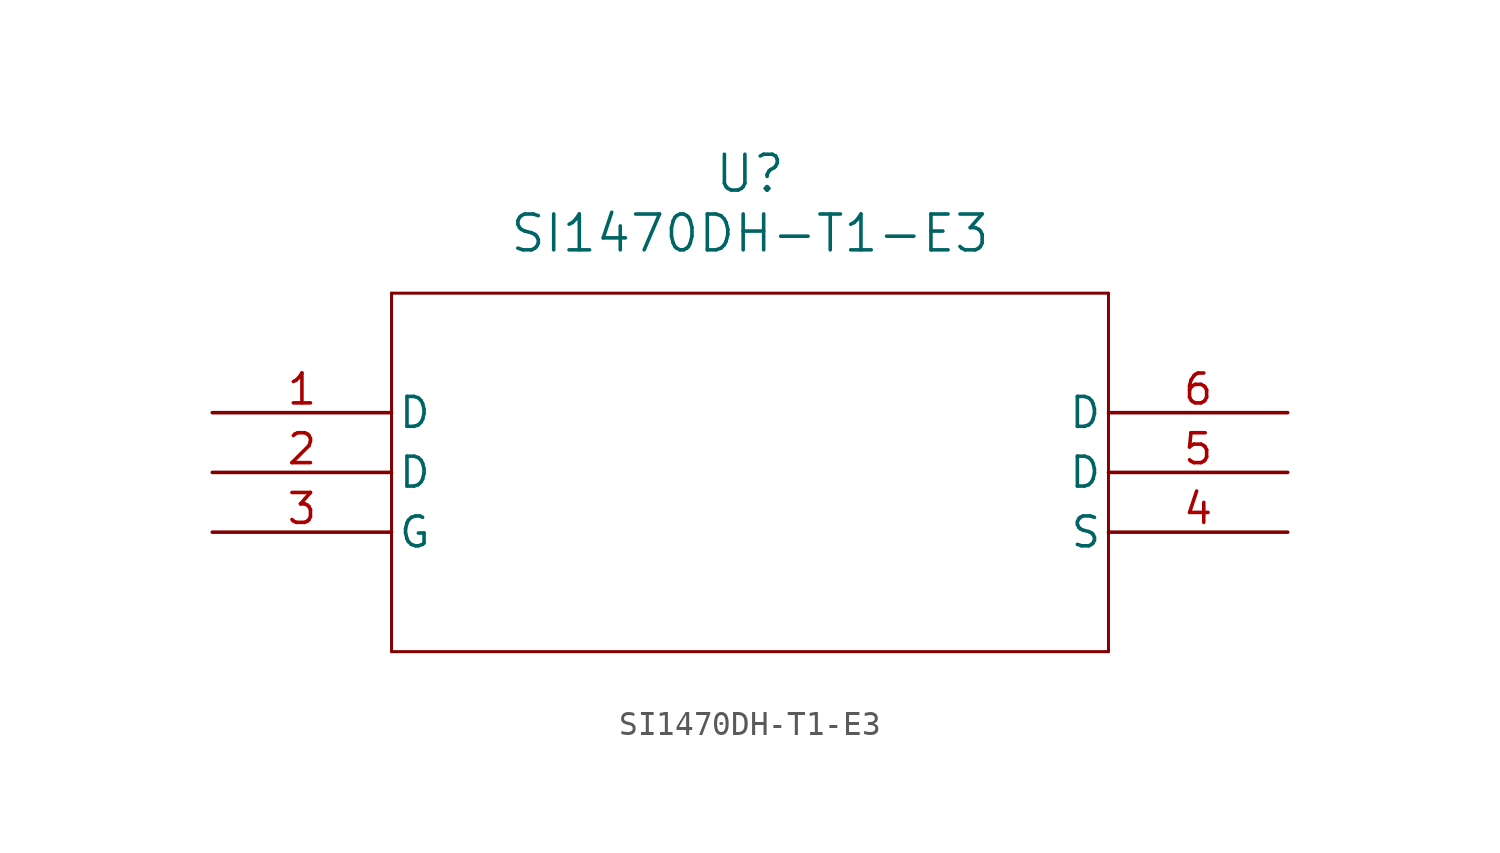
<source format=kicad_sym>
(kicad_symbol_lib
  (version 20211014)
  (generator kicad_symbol_editor)
  (symbol "SI1470DH-T1-E3"
    (pin_names
      (offset 0.254))
    (property "Reference" "U"
      (at 22.86 10.16 0)
      (effects (font (size 1.524 1.524))))
    (property "Value" "SI1470DH-T1-E3"
      (at 22.86 7.62 0)
      (effects (font (size 1.524 1.524))))
    (symbol "SI1470DH-T1-E3_0_1"
      (polyline (pts (xy 7.62 5.08) (xy 7.62 -10.16)) (stroke (width 0.127) (type default) (color 0 0 0 0)) (fill (type none)))
      (polyline (pts (xy 7.62 -10.16) (xy 38.1 -10.16)) (stroke (width 0.127) (type default) (color 0 0 0 0)) (fill (type none)))
      (polyline (pts (xy 38.1 -10.16) (xy 38.1 5.08)) (stroke (width 0.127) (type default) (color 0 0 0 0)) (fill (type none)))
      (polyline (pts (xy 38.1 5.08) (xy 7.62 5.08)) (stroke (width 0.127) (type default) (color 0 0 0 0)) (fill (type none)))
      (pin unspecified line (at 0 0 0) (length 7.62) (name "D" (effects (font (size 1.27 1.27)))) (number "1" (effects (font (size 1.27 1.27)))))
      (pin unspecified line (at 0 -2.54 0) (length 7.62) (name "D" (effects (font (size 1.27 1.27)))) (number "2" (effects (font (size 1.27 1.27)))))
      (pin unspecified line (at 0 -5.08 0) (length 7.62) (name "G" (effects (font (size 1.27 1.27)))) (number "3" (effects (font (size 1.27 1.27)))))
      (pin unspecified line (at 45.72 -5.08 180) (length 7.62) (name "S" (effects (font (size 1.27 1.27)))) (number "4" (effects (font (size 1.27 1.27)))))
      (pin unspecified line (at 45.72 -2.54 180) (length 7.62) (name "D" (effects (font (size 1.27 1.27)))) (number "5" (effects (font (size 1.27 1.27)))))
      (pin unspecified line (at 45.72 0 180) (length 7.62) (name "D" (effects (font (size 1.27 1.27)))) (number "6" (effects (font (size 1.27 1.27))))))))
</source>
